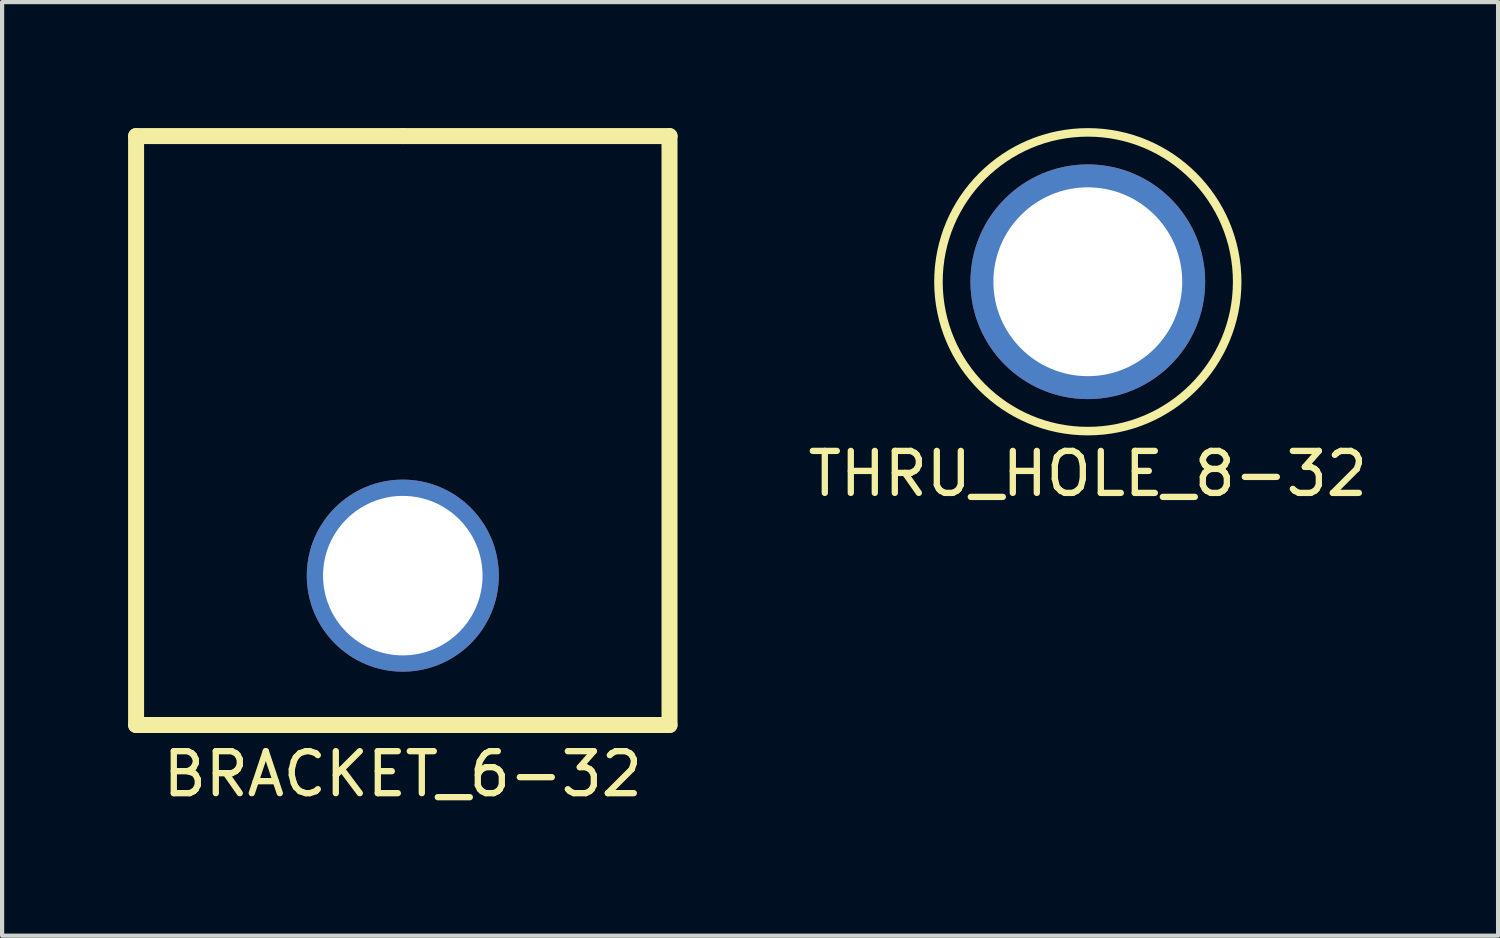
<source format=kicad_pcb>
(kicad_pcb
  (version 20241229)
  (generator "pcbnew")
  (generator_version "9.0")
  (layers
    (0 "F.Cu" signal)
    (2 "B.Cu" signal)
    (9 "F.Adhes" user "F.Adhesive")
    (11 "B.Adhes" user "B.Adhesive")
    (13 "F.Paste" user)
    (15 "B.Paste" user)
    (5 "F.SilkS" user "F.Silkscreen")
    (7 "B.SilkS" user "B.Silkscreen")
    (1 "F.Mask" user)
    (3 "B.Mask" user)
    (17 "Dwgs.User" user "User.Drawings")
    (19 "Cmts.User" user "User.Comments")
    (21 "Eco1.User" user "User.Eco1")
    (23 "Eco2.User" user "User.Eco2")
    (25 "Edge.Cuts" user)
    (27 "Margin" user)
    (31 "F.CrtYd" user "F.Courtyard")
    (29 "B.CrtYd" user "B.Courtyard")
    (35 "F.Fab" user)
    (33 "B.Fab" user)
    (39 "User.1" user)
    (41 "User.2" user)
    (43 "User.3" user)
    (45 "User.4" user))
  (footprint "BRACKET_6-32"
    (layer "F.Cu")
    (at 6.54 10.655)
    (property "Reference" "BRACKET_6-32" (at 0 4.724 0) (layer "F.SilkS") (effects (font (size 1 1) (thickness 0.15))))
    (attr through_hole)
    (fp_line (start -6.35 -10.465) (end -6.35 3.556) (stroke (width 0.381) (type solid)) (layer "F.SilkS"))
    (fp_line (start 0 -10.465) (end -6.35 -10.465) (stroke (width 0.381) (type solid)) (layer "F.SilkS"))
    (fp_line (start 0 -10.465) (end 6.35 -10.465) (stroke (width 0.381) (type solid)) (layer "F.SilkS"))
    (fp_line (start 0 3.556) (end -6.35 3.556) (stroke (width 0.381) (type solid)) (layer "F.SilkS"))
    (fp_line (start 0 3.556) (end 6.35 3.556) (stroke (width 0.381) (type solid)) (layer "F.SilkS"))
    (fp_line (start 6.35 -10.465) (end 6.35 3.556) (stroke (width 0.381) (type solid)) (layer "F.SilkS"))
    (pad "1" thru_hole circle (at 0 0) (size 4.572 4.572) (drill 3.797) (layers "*.Cu" "*.Mask")))
  (footprint "THRU_HOLE_8-32"
    (layer "F.Cu")
    (at 22.849 3.658)
    (property "Reference" "THRU_HOLE_8-32" (at 0 4.572 0) (layer "F.SilkS") (effects (font (size 1 1) (thickness 0.15))))
    (attr through_hole)
    (fp_circle (center 0 0) (end 3.556 0) (stroke (width 0.203) (type solid)) (fill no) (layer "F.SilkS"))
    (pad "1" thru_hole circle (at 0 0) (size 5.588 5.588) (drill 4.496) (layers "*.Cu" "*.Mask")))
  (gr_rect
    (start -3 -3)
    (end 32.617 19.228)
    (stroke (width 0.1) (type default))
    (fill no)
    (layer "Edge.Cuts")))
</source>
